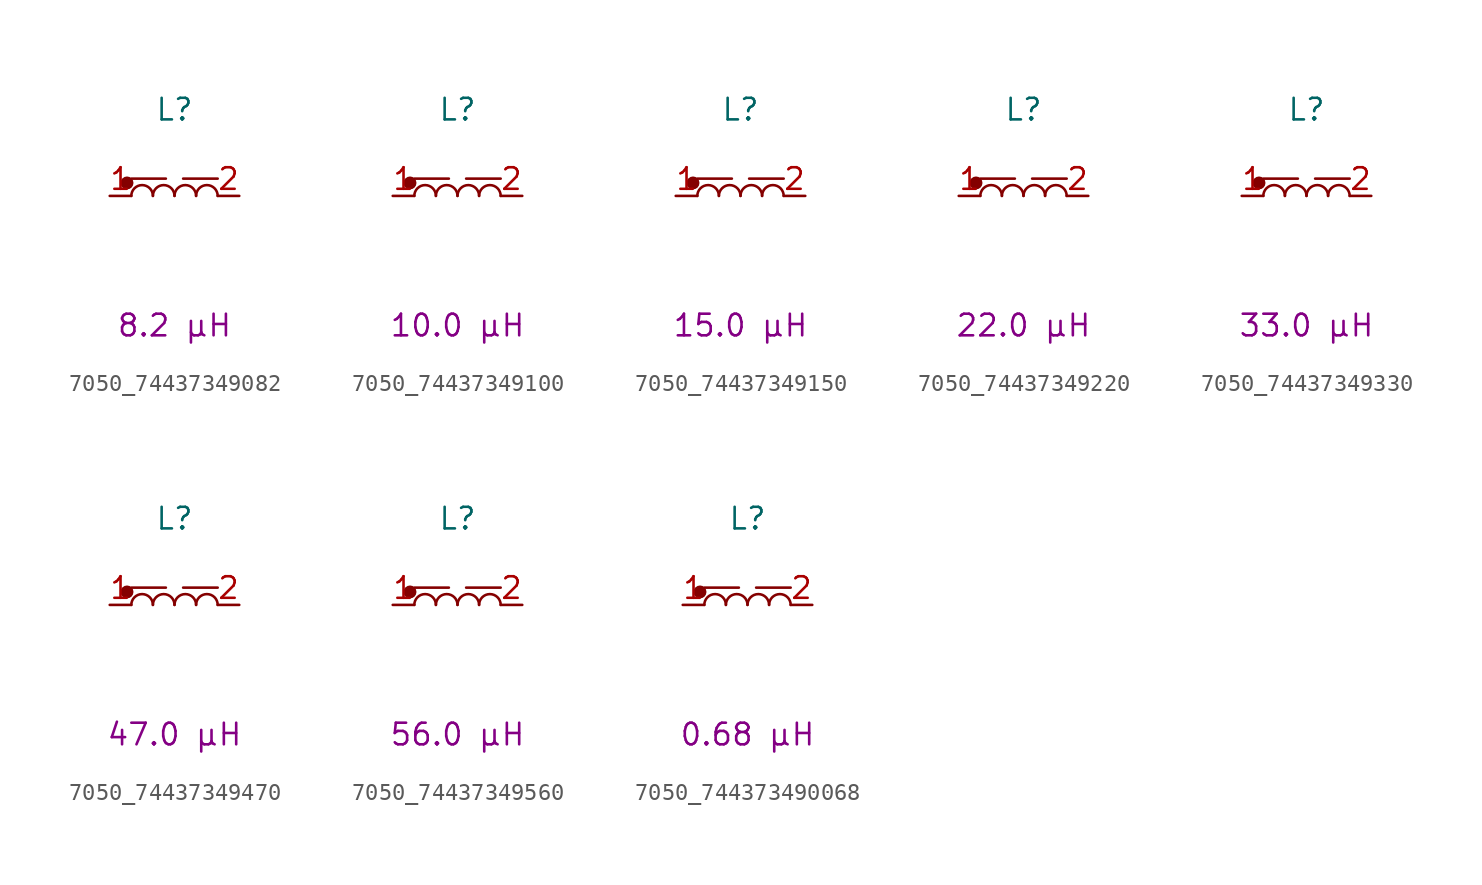
<source format=kicad_sym>
(kicad_symbol_lib
  (version 20220914)
  (generator kicad_symbol_editor)
  (symbol "7050_74437349082"
    (pin_names hide)
    (property "Reference" "L"
      (at 0 5.08 0)
      (effects (font (size 1.27 1.27))))
    (property "Critical Parameter" "8.2 µH"
      (at 0 -7.62 0)
      (effects (font (size 1.27 1.27))))
    (symbol "7050_74437349082_0_1"
      (arc (start -1.27 0) (mid -1.905 0.6323) (end -2.54 0) (stroke (width 0) (type default)) (fill (type none)))
      (arc (start 0 0) (mid -0.635 0.6323) (end -1.27 0) (stroke (width 0) (type default)) (fill (type none)))
      (polyline (pts (xy -2.54 1.016) (xy -0.508 1.016)) (stroke (width 0) (type default)) (fill (type none)))
      (arc (start 1.27 0) (mid 0.635 0.6323) (end 0 0) (stroke (width 0) (type default)) (fill (type none)))
      (arc (start 2.54 0) (mid 1.905 0.6323) (end 1.27 0) (stroke (width 0) (type default)) (fill (type none))))
    (symbol "7050_74437349082_1_1"
      (circle (center -2.794 0.762) (radius 0.0001) (stroke (width 0.381) (type default)) (fill (type none)))
      (polyline (pts (xy 2.54 1.016) (xy 0.508 1.016)) (stroke (width 0) (type default)) (fill (type none)))
      (pin passive line (at -3.81 0 0) (length 1.27) (name "1" (effects (font (size 1.27 1.27)))) (number "1" (effects (font (size 1.27 1.27)))))
      (pin passive line (at 3.81 0 180) (length 1.27) (name "2" (effects (font (size 1.27 1.27)))) (number "2" (effects (font (size 1.27 1.27)))))))
  (symbol "7050_74437349100"
    (pin_names hide)
    (property "Reference" "L"
      (at 0 5.08 0)
      (effects (font (size 1.27 1.27))))
    (property "Critical Parameter" "10.0 µH"
      (at 0 -7.62 0)
      (effects (font (size 1.27 1.27))))
    (symbol "7050_74437349100_0_1"
      (arc (start -1.27 0) (mid -1.905 0.6323) (end -2.54 0) (stroke (width 0) (type default)) (fill (type none)))
      (arc (start 0 0) (mid -0.635 0.6323) (end -1.27 0) (stroke (width 0) (type default)) (fill (type none)))
      (polyline (pts (xy -2.54 1.016) (xy -0.508 1.016)) (stroke (width 0) (type default)) (fill (type none)))
      (arc (start 1.27 0) (mid 0.635 0.6323) (end 0 0) (stroke (width 0) (type default)) (fill (type none)))
      (arc (start 2.54 0) (mid 1.905 0.6323) (end 1.27 0) (stroke (width 0) (type default)) (fill (type none))))
    (symbol "7050_74437349100_1_1"
      (circle (center -2.794 0.762) (radius 0.0001) (stroke (width 0.381) (type default)) (fill (type none)))
      (polyline (pts (xy 2.54 1.016) (xy 0.508 1.016)) (stroke (width 0) (type default)) (fill (type none)))
      (pin passive line (at -3.81 0 0) (length 1.27) (name "1" (effects (font (size 1.27 1.27)))) (number "1" (effects (font (size 1.27 1.27)))))
      (pin passive line (at 3.81 0 180) (length 1.27) (name "2" (effects (font (size 1.27 1.27)))) (number "2" (effects (font (size 1.27 1.27)))))))
  (symbol "7050_74437349150"
    (pin_names hide)
    (property "Reference" "L"
      (at 0 5.08 0)
      (effects (font (size 1.27 1.27))))
    (property "Critical Parameter" "15.0 µH"
      (at 0 -7.62 0)
      (effects (font (size 1.27 1.27))))
    (symbol "7050_74437349150_0_1"
      (arc (start -1.27 0) (mid -1.905 0.6323) (end -2.54 0) (stroke (width 0) (type default)) (fill (type none)))
      (arc (start 0 0) (mid -0.635 0.6323) (end -1.27 0) (stroke (width 0) (type default)) (fill (type none)))
      (polyline (pts (xy -2.54 1.016) (xy -0.508 1.016)) (stroke (width 0) (type default)) (fill (type none)))
      (arc (start 1.27 0) (mid 0.635 0.6323) (end 0 0) (stroke (width 0) (type default)) (fill (type none)))
      (arc (start 2.54 0) (mid 1.905 0.6323) (end 1.27 0) (stroke (width 0) (type default)) (fill (type none))))
    (symbol "7050_74437349150_1_1"
      (circle (center -2.794 0.762) (radius 0.0001) (stroke (width 0.381) (type default)) (fill (type none)))
      (polyline (pts (xy 2.54 1.016) (xy 0.508 1.016)) (stroke (width 0) (type default)) (fill (type none)))
      (pin passive line (at -3.81 0 0) (length 1.27) (name "1" (effects (font (size 1.27 1.27)))) (number "1" (effects (font (size 1.27 1.27)))))
      (pin passive line (at 3.81 0 180) (length 1.27) (name "2" (effects (font (size 1.27 1.27)))) (number "2" (effects (font (size 1.27 1.27)))))))
  (symbol "7050_74437349220"
    (pin_names hide)
    (property "Reference" "L"
      (at 0 5.08 0)
      (effects (font (size 1.27 1.27))))
    (property "Critical Parameter" "22.0 µH"
      (at 0 -7.62 0)
      (effects (font (size 1.27 1.27))))
    (symbol "7050_74437349220_0_1"
      (arc (start -1.27 0) (mid -1.905 0.6323) (end -2.54 0) (stroke (width 0) (type default)) (fill (type none)))
      (arc (start 0 0) (mid -0.635 0.6323) (end -1.27 0) (stroke (width 0) (type default)) (fill (type none)))
      (polyline (pts (xy -2.54 1.016) (xy -0.508 1.016)) (stroke (width 0) (type default)) (fill (type none)))
      (arc (start 1.27 0) (mid 0.635 0.6323) (end 0 0) (stroke (width 0) (type default)) (fill (type none)))
      (arc (start 2.54 0) (mid 1.905 0.6323) (end 1.27 0) (stroke (width 0) (type default)) (fill (type none))))
    (symbol "7050_74437349220_1_1"
      (circle (center -2.794 0.762) (radius 0.0001) (stroke (width 0.381) (type default)) (fill (type none)))
      (polyline (pts (xy 2.54 1.016) (xy 0.508 1.016)) (stroke (width 0) (type default)) (fill (type none)))
      (pin passive line (at -3.81 0 0) (length 1.27) (name "1" (effects (font (size 1.27 1.27)))) (number "1" (effects (font (size 1.27 1.27)))))
      (pin passive line (at 3.81 0 180) (length 1.27) (name "2" (effects (font (size 1.27 1.27)))) (number "2" (effects (font (size 1.27 1.27)))))))
  (symbol "7050_74437349330"
    (pin_names hide)
    (property "Reference" "L"
      (at 0 5.08 0)
      (effects (font (size 1.27 1.27))))
    (property "Critical Parameter" "33.0 µH"
      (at 0 -7.62 0)
      (effects (font (size 1.27 1.27))))
    (symbol "7050_74437349330_0_1"
      (arc (start -1.27 0) (mid -1.905 0.6323) (end -2.54 0) (stroke (width 0) (type default)) (fill (type none)))
      (arc (start 0 0) (mid -0.635 0.6323) (end -1.27 0) (stroke (width 0) (type default)) (fill (type none)))
      (polyline (pts (xy -2.54 1.016) (xy -0.508 1.016)) (stroke (width 0) (type default)) (fill (type none)))
      (arc (start 1.27 0) (mid 0.635 0.6323) (end 0 0) (stroke (width 0) (type default)) (fill (type none)))
      (arc (start 2.54 0) (mid 1.905 0.6323) (end 1.27 0) (stroke (width 0) (type default)) (fill (type none))))
    (symbol "7050_74437349330_1_1"
      (circle (center -2.794 0.762) (radius 0.0001) (stroke (width 0.381) (type default)) (fill (type none)))
      (polyline (pts (xy 2.54 1.016) (xy 0.508 1.016)) (stroke (width 0) (type default)) (fill (type none)))
      (pin passive line (at -3.81 0 0) (length 1.27) (name "1" (effects (font (size 1.27 1.27)))) (number "1" (effects (font (size 1.27 1.27)))))
      (pin passive line (at 3.81 0 180) (length 1.27) (name "2" (effects (font (size 1.27 1.27)))) (number "2" (effects (font (size 1.27 1.27)))))))
  (symbol "7050_74437349470"
    (pin_names hide)
    (property "Reference" "L"
      (at 0 5.08 0)
      (effects (font (size 1.27 1.27))))
    (property "Critical Parameter" "47.0 µH"
      (at 0 -7.62 0)
      (effects (font (size 1.27 1.27))))
    (symbol "7050_74437349470_0_1"
      (arc (start -1.27 0) (mid -1.905 0.6323) (end -2.54 0) (stroke (width 0) (type default)) (fill (type none)))
      (arc (start 0 0) (mid -0.635 0.6323) (end -1.27 0) (stroke (width 0) (type default)) (fill (type none)))
      (polyline (pts (xy -2.54 1.016) (xy -0.508 1.016)) (stroke (width 0) (type default)) (fill (type none)))
      (arc (start 1.27 0) (mid 0.635 0.6323) (end 0 0) (stroke (width 0) (type default)) (fill (type none)))
      (arc (start 2.54 0) (mid 1.905 0.6323) (end 1.27 0) (stroke (width 0) (type default)) (fill (type none))))
    (symbol "7050_74437349470_1_1"
      (circle (center -2.794 0.762) (radius 0.0001) (stroke (width 0.381) (type default)) (fill (type none)))
      (polyline (pts (xy 2.54 1.016) (xy 0.508 1.016)) (stroke (width 0) (type default)) (fill (type none)))
      (pin passive line (at -3.81 0 0) (length 1.27) (name "1" (effects (font (size 1.27 1.27)))) (number "1" (effects (font (size 1.27 1.27)))))
      (pin passive line (at 3.81 0 180) (length 1.27) (name "2" (effects (font (size 1.27 1.27)))) (number "2" (effects (font (size 1.27 1.27)))))))
  (symbol "7050_74437349560"
    (pin_names hide)
    (property "Reference" "L"
      (at 0 5.08 0)
      (effects (font (size 1.27 1.27))))
    (property "Critical Parameter" "56.0 µH"
      (at 0 -7.62 0)
      (effects (font (size 1.27 1.27))))
    (symbol "7050_74437349560_0_1"
      (arc (start -1.27 0) (mid -1.905 0.6323) (end -2.54 0) (stroke (width 0) (type default)) (fill (type none)))
      (arc (start 0 0) (mid -0.635 0.6323) (end -1.27 0) (stroke (width 0) (type default)) (fill (type none)))
      (polyline (pts (xy -2.54 1.016) (xy -0.508 1.016)) (stroke (width 0) (type default)) (fill (type none)))
      (arc (start 1.27 0) (mid 0.635 0.6323) (end 0 0) (stroke (width 0) (type default)) (fill (type none)))
      (arc (start 2.54 0) (mid 1.905 0.6323) (end 1.27 0) (stroke (width 0) (type default)) (fill (type none))))
    (symbol "7050_74437349560_1_1"
      (circle (center -2.794 0.762) (radius 0.0001) (stroke (width 0.381) (type default)) (fill (type none)))
      (polyline (pts (xy 2.54 1.016) (xy 0.508 1.016)) (stroke (width 0) (type default)) (fill (type none)))
      (pin passive line (at -3.81 0 0) (length 1.27) (name "1" (effects (font (size 1.27 1.27)))) (number "1" (effects (font (size 1.27 1.27)))))
      (pin passive line (at 3.81 0 180) (length 1.27) (name "2" (effects (font (size 1.27 1.27)))) (number "2" (effects (font (size 1.27 1.27)))))))
  (symbol "7050_744373490068"
    (pin_names hide)
    (property "Reference" "L"
      (at 0 5.08 0)
      (effects (font (size 1.27 1.27))))
    (property "Critical Parameter" "0.68 µH"
      (at 0 -7.62 0)
      (effects (font (size 1.27 1.27))))
    (symbol "7050_744373490068_0_1"
      (arc (start -1.27 0) (mid -1.905 0.6323) (end -2.54 0) (stroke (width 0) (type default)) (fill (type none)))
      (arc (start 0 0) (mid -0.635 0.6323) (end -1.27 0) (stroke (width 0) (type default)) (fill (type none)))
      (polyline (pts (xy -2.54 1.016) (xy -0.508 1.016)) (stroke (width 0) (type default)) (fill (type none)))
      (arc (start 1.27 0) (mid 0.635 0.6323) (end 0 0) (stroke (width 0) (type default)) (fill (type none)))
      (arc (start 2.54 0) (mid 1.905 0.6323) (end 1.27 0) (stroke (width 0) (type default)) (fill (type none))))
    (symbol "7050_744373490068_1_1"
      (circle (center -2.794 0.762) (radius 0.0001) (stroke (width 0.381) (type default)) (fill (type none)))
      (polyline (pts (xy 2.54 1.016) (xy 0.508 1.016)) (stroke (width 0) (type default)) (fill (type none)))
      (pin passive line (at -3.81 0 0) (length 1.27) (name "1" (effects (font (size 1.27 1.27)))) (number "1" (effects (font (size 1.27 1.27)))))
      (pin passive line (at 3.81 0 180) (length 1.27) (name "2" (effects (font (size 1.27 1.27)))) (number "2" (effects (font (size 1.27 1.27))))))))
</source>
